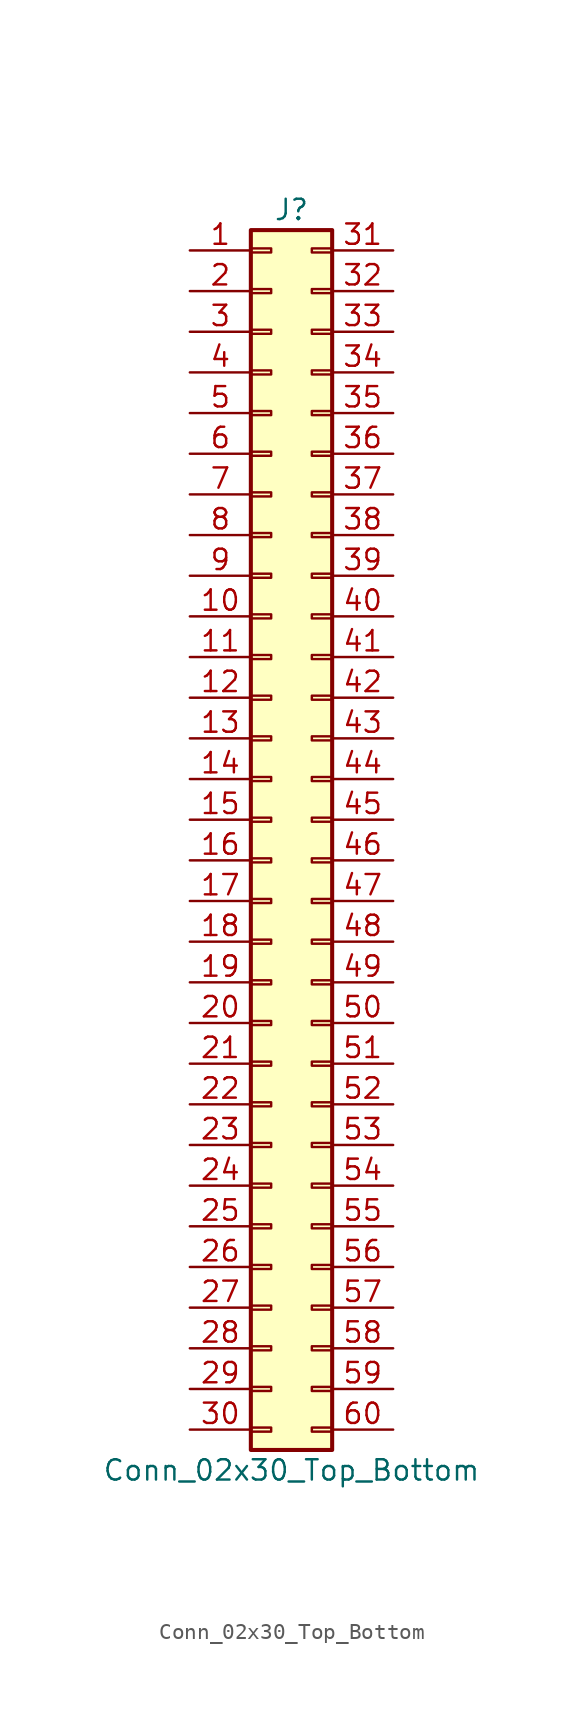
<source format=kicad_sym>
(kicad_symbol_lib
  (version 20201005)
  (generator kicad_symbol_editor)
  (symbol "Conn_02x30_Top_Bottom"
    (pin_names
      (offset 1.016) hide)
    (property "Reference" "J"
      (at 1.27 38.1 0)
      (effects (font (size 1.27 1.27))))
    (property "Value" "Conn_02x30_Top_Bottom"
      (at 1.27 -40.64 0)
      (effects (font (size 1.27 1.27))))
    (symbol "Conn_02x30_Top_Bottom_1_1"
      (rectangle (start -1.27 -37.973) (end 0 -38.227) (stroke (width 0.152)) (fill (type none)))
      (rectangle (start -1.27 -35.433) (end 0 -35.687) (stroke (width 0.152)) (fill (type none)))
      (rectangle (start -1.27 -32.893) (end 0 -33.147) (stroke (width 0.152)) (fill (type none)))
      (rectangle (start -1.27 -30.353) (end 0 -30.607) (stroke (width 0.152)) (fill (type none)))
      (rectangle (start -1.27 -27.813) (end 0 -28.067) (stroke (width 0.152)) (fill (type none)))
      (rectangle (start -1.27 -25.273) (end 0 -25.527) (stroke (width 0.152)) (fill (type none)))
      (rectangle (start -1.27 -22.733) (end 0 -22.987) (stroke (width 0.152)) (fill (type none)))
      (rectangle (start -1.27 -20.193) (end 0 -20.447) (stroke (width 0.152)) (fill (type none)))
      (rectangle (start -1.27 -17.653) (end 0 -17.907) (stroke (width 0.152)) (fill (type none)))
      (rectangle (start -1.27 -15.113) (end 0 -15.367) (stroke (width 0.152)) (fill (type none)))
      (rectangle (start -1.27 -12.573) (end 0 -12.827) (stroke (width 0.152)) (fill (type none)))
      (rectangle (start -1.27 -10.033) (end 0 -10.287) (stroke (width 0.152)) (fill (type none)))
      (rectangle (start -1.27 -7.493) (end 0 -7.747) (stroke (width 0.152)) (fill (type none)))
      (rectangle (start -1.27 -4.953) (end 0 -5.207) (stroke (width 0.152)) (fill (type none)))
      (rectangle (start -1.27 -2.413) (end 0 -2.667) (stroke (width 0.152)) (fill (type none)))
      (rectangle (start -1.27 0.127) (end 0 -0.127) (stroke (width 0.152)) (fill (type none)))
      (rectangle (start -1.27 2.667) (end 0 2.413) (stroke (width 0.152)) (fill (type none)))
      (rectangle (start -1.27 5.207) (end 0 4.953) (stroke (width 0.152)) (fill (type none)))
      (rectangle (start -1.27 7.747) (end 0 7.493) (stroke (width 0.152)) (fill (type none)))
      (rectangle (start -1.27 10.287) (end 0 10.033) (stroke (width 0.152)) (fill (type none)))
      (rectangle (start -1.27 12.827) (end 0 12.573) (stroke (width 0.152)) (fill (type none)))
      (rectangle (start -1.27 15.367) (end 0 15.113) (stroke (width 0.152)) (fill (type none)))
      (rectangle (start -1.27 17.907) (end 0 17.653) (stroke (width 0.152)) (fill (type none)))
      (rectangle (start -1.27 20.447) (end 0 20.193) (stroke (width 0.152)) (fill (type none)))
      (rectangle (start -1.27 22.987) (end 0 22.733) (stroke (width 0.152)) (fill (type none)))
      (rectangle (start -1.27 25.527) (end 0 25.273) (stroke (width 0.152)) (fill (type none)))
      (rectangle (start -1.27 28.067) (end 0 27.813) (stroke (width 0.152)) (fill (type none)))
      (rectangle (start -1.27 30.607) (end 0 30.353) (stroke (width 0.152)) (fill (type none)))
      (rectangle (start -1.27 33.147) (end 0 32.893) (stroke (width 0.152)) (fill (type none)))
      (rectangle (start -1.27 35.687) (end 0 35.433) (stroke (width 0.152)) (fill (type none)))
      (rectangle (start 3.81 -37.973) (end 2.54 -38.227) (stroke (width 0.152)) (fill (type none)))
      (rectangle (start 3.81 -35.433) (end 2.54 -35.687) (stroke (width 0.152)) (fill (type none)))
      (rectangle (start 3.81 -32.893) (end 2.54 -33.147) (stroke (width 0.152)) (fill (type none)))
      (rectangle (start 3.81 -30.353) (end 2.54 -30.607) (stroke (width 0.152)) (fill (type none)))
      (rectangle (start 3.81 -27.813) (end 2.54 -28.067) (stroke (width 0.152)) (fill (type none)))
      (rectangle (start 3.81 -25.273) (end 2.54 -25.527) (stroke (width 0.152)) (fill (type none)))
      (rectangle (start 3.81 -22.733) (end 2.54 -22.987) (stroke (width 0.152)) (fill (type none)))
      (rectangle (start 3.81 -20.193) (end 2.54 -20.447) (stroke (width 0.152)) (fill (type none)))
      (rectangle (start 3.81 -17.653) (end 2.54 -17.907) (stroke (width 0.152)) (fill (type none)))
      (rectangle (start 3.81 -15.113) (end 2.54 -15.367) (stroke (width 0.152)) (fill (type none)))
      (rectangle (start 3.81 -12.573) (end 2.54 -12.827) (stroke (width 0.152)) (fill (type none)))
      (rectangle (start 3.81 -10.033) (end 2.54 -10.287) (stroke (width 0.152)) (fill (type none)))
      (rectangle (start 3.81 -7.493) (end 2.54 -7.747) (stroke (width 0.152)) (fill (type none)))
      (rectangle (start 3.81 -4.953) (end 2.54 -5.207) (stroke (width 0.152)) (fill (type none)))
      (rectangle (start 3.81 -2.413) (end 2.54 -2.667) (stroke (width 0.152)) (fill (type none)))
      (rectangle (start 3.81 0.127) (end 2.54 -0.127) (stroke (width 0.152)) (fill (type none)))
      (rectangle (start 3.81 2.667) (end 2.54 2.413) (stroke (width 0.152)) (fill (type none)))
      (rectangle (start 3.81 5.207) (end 2.54 4.953) (stroke (width 0.152)) (fill (type none)))
      (rectangle (start 3.81 7.747) (end 2.54 7.493) (stroke (width 0.152)) (fill (type none)))
      (rectangle (start 3.81 10.287) (end 2.54 10.033) (stroke (width 0.152)) (fill (type none)))
      (rectangle (start 3.81 12.827) (end 2.54 12.573) (stroke (width 0.152)) (fill (type none)))
      (rectangle (start 3.81 15.367) (end 2.54 15.113) (stroke (width 0.152)) (fill (type none)))
      (rectangle (start 3.81 17.907) (end 2.54 17.653) (stroke (width 0.152)) (fill (type none)))
      (rectangle (start 3.81 20.447) (end 2.54 20.193) (stroke (width 0.152)) (fill (type none)))
      (rectangle (start 3.81 22.987) (end 2.54 22.733) (stroke (width 0.152)) (fill (type none)))
      (rectangle (start 3.81 25.527) (end 2.54 25.273) (stroke (width 0.152)) (fill (type none)))
      (rectangle (start 3.81 28.067) (end 2.54 27.813) (stroke (width 0.152)) (fill (type none)))
      (rectangle (start 3.81 30.607) (end 2.54 30.353) (stroke (width 0.152)) (fill (type none)))
      (rectangle (start 3.81 33.147) (end 2.54 32.893) (stroke (width 0.152)) (fill (type none)))
      (rectangle (start 3.81 35.687) (end 2.54 35.433) (stroke (width 0.152)) (fill (type none)))
      (rectangle (start -1.27 36.83) (end 3.81 -39.37) (stroke (width 0.254)) (fill (type background)))
      (pin passive line (at -5.08 35.56 0) (length 3.81) (name "Pin_1" (effects (font (size 1.27 1.27)))) (number "1" (effects (font (size 1.27 1.27)))))
      (pin passive line (at -5.08 12.7 0) (length 3.81) (name "Pin_10" (effects (font (size 1.27 1.27)))) (number "10" (effects (font (size 1.27 1.27)))))
      (pin passive line (at -5.08 10.16 0) (length 3.81) (name "Pin_11" (effects (font (size 1.27 1.27)))) (number "11" (effects (font (size 1.27 1.27)))))
      (pin passive line (at -5.08 7.62 0) (length 3.81) (name "Pin_12" (effects (font (size 1.27 1.27)))) (number "12" (effects (font (size 1.27 1.27)))))
      (pin passive line (at -5.08 5.08 0) (length 3.81) (name "Pin_13" (effects (font (size 1.27 1.27)))) (number "13" (effects (font (size 1.27 1.27)))))
      (pin passive line (at -5.08 2.54 0) (length 3.81) (name "Pin_14" (effects (font (size 1.27 1.27)))) (number "14" (effects (font (size 1.27 1.27)))))
      (pin passive line (at -5.08 0 0) (length 3.81) (name "Pin_15" (effects (font (size 1.27 1.27)))) (number "15" (effects (font (size 1.27 1.27)))))
      (pin passive line (at -5.08 -2.54 0) (length 3.81) (name "Pin_16" (effects (font (size 1.27 1.27)))) (number "16" (effects (font (size 1.27 1.27)))))
      (pin passive line (at -5.08 -5.08 0) (length 3.81) (name "Pin_17" (effects (font (size 1.27 1.27)))) (number "17" (effects (font (size 1.27 1.27)))))
      (pin passive line (at -5.08 -7.62 0) (length 3.81) (name "Pin_18" (effects (font (size 1.27 1.27)))) (number "18" (effects (font (size 1.27 1.27)))))
      (pin passive line (at -5.08 -10.16 0) (length 3.81) (name "Pin_19" (effects (font (size 1.27 1.27)))) (number "19" (effects (font (size 1.27 1.27)))))
      (pin passive line (at -5.08 33.02 0) (length 3.81) (name "Pin_2" (effects (font (size 1.27 1.27)))) (number "2" (effects (font (size 1.27 1.27)))))
      (pin passive line (at -5.08 -12.7 0) (length 3.81) (name "Pin_20" (effects (font (size 1.27 1.27)))) (number "20" (effects (font (size 1.27 1.27)))))
      (pin passive line (at -5.08 -15.24 0) (length 3.81) (name "Pin_21" (effects (font (size 1.27 1.27)))) (number "21" (effects (font (size 1.27 1.27)))))
      (pin passive line (at -5.08 -17.78 0) (length 3.81) (name "Pin_22" (effects (font (size 1.27 1.27)))) (number "22" (effects (font (size 1.27 1.27)))))
      (pin passive line (at -5.08 -20.32 0) (length 3.81) (name "Pin_23" (effects (font (size 1.27 1.27)))) (number "23" (effects (font (size 1.27 1.27)))))
      (pin passive line (at -5.08 -22.86 0) (length 3.81) (name "Pin_24" (effects (font (size 1.27 1.27)))) (number "24" (effects (font (size 1.27 1.27)))))
      (pin passive line (at -5.08 -25.4 0) (length 3.81) (name "Pin_25" (effects (font (size 1.27 1.27)))) (number "25" (effects (font (size 1.27 1.27)))))
      (pin passive line (at -5.08 -27.94 0) (length 3.81) (name "Pin_26" (effects (font (size 1.27 1.27)))) (number "26" (effects (font (size 1.27 1.27)))))
      (pin passive line (at -5.08 -30.48 0) (length 3.81) (name "Pin_27" (effects (font (size 1.27 1.27)))) (number "27" (effects (font (size 1.27 1.27)))))
      (pin passive line (at -5.08 -33.02 0) (length 3.81) (name "Pin_28" (effects (font (size 1.27 1.27)))) (number "28" (effects (font (size 1.27 1.27)))))
      (pin passive line (at -5.08 -35.56 0) (length 3.81) (name "Pin_29" (effects (font (size 1.27 1.27)))) (number "29" (effects (font (size 1.27 1.27)))))
      (pin passive line (at -5.08 30.48 0) (length 3.81) (name "Pin_3" (effects (font (size 1.27 1.27)))) (number "3" (effects (font (size 1.27 1.27)))))
      (pin passive line (at -5.08 -38.1 0) (length 3.81) (name "Pin_30" (effects (font (size 1.27 1.27)))) (number "30" (effects (font (size 1.27 1.27)))))
      (pin passive line (at 7.62 35.56 180) (length 3.81) (name "Pin_31" (effects (font (size 1.27 1.27)))) (number "31" (effects (font (size 1.27 1.27)))))
      (pin passive line (at 7.62 33.02 180) (length 3.81) (name "Pin_32" (effects (font (size 1.27 1.27)))) (number "32" (effects (font (size 1.27 1.27)))))
      (pin passive line (at 7.62 30.48 180) (length 3.81) (name "Pin_33" (effects (font (size 1.27 1.27)))) (number "33" (effects (font (size 1.27 1.27)))))
      (pin passive line (at 7.62 27.94 180) (length 3.81) (name "Pin_34" (effects (font (size 1.27 1.27)))) (number "34" (effects (font (size 1.27 1.27)))))
      (pin passive line (at 7.62 25.4 180) (length 3.81) (name "Pin_35" (effects (font (size 1.27 1.27)))) (number "35" (effects (font (size 1.27 1.27)))))
      (pin passive line (at 7.62 22.86 180) (length 3.81) (name "Pin_36" (effects (font (size 1.27 1.27)))) (number "36" (effects (font (size 1.27 1.27)))))
      (pin passive line (at 7.62 20.32 180) (length 3.81) (name "Pin_37" (effects (font (size 1.27 1.27)))) (number "37" (effects (font (size 1.27 1.27)))))
      (pin passive line (at 7.62 17.78 180) (length 3.81) (name "Pin_38" (effects (font (size 1.27 1.27)))) (number "38" (effects (font (size 1.27 1.27)))))
      (pin passive line (at 7.62 15.24 180) (length 3.81) (name "Pin_39" (effects (font (size 1.27 1.27)))) (number "39" (effects (font (size 1.27 1.27)))))
      (pin passive line (at -5.08 27.94 0) (length 3.81) (name "Pin_4" (effects (font (size 1.27 1.27)))) (number "4" (effects (font (size 1.27 1.27)))))
      (pin passive line (at 7.62 12.7 180) (length 3.81) (name "Pin_40" (effects (font (size 1.27 1.27)))) (number "40" (effects (font (size 1.27 1.27)))))
      (pin passive line (at 7.62 10.16 180) (length 3.81) (name "Pin_41" (effects (font (size 1.27 1.27)))) (number "41" (effects (font (size 1.27 1.27)))))
      (pin passive line (at 7.62 7.62 180) (length 3.81) (name "Pin_42" (effects (font (size 1.27 1.27)))) (number "42" (effects (font (size 1.27 1.27)))))
      (pin passive line (at 7.62 5.08 180) (length 3.81) (name "Pin_43" (effects (font (size 1.27 1.27)))) (number "43" (effects (font (size 1.27 1.27)))))
      (pin passive line (at 7.62 2.54 180) (length 3.81) (name "Pin_44" (effects (font (size 1.27 1.27)))) (number "44" (effects (font (size 1.27 1.27)))))
      (pin passive line (at 7.62 0 180) (length 3.81) (name "Pin_45" (effects (font (size 1.27 1.27)))) (number "45" (effects (font (size 1.27 1.27)))))
      (pin passive line (at 7.62 -2.54 180) (length 3.81) (name "Pin_46" (effects (font (size 1.27 1.27)))) (number "46" (effects (font (size 1.27 1.27)))))
      (pin passive line (at 7.62 -5.08 180) (length 3.81) (name "Pin_47" (effects (font (size 1.27 1.27)))) (number "47" (effects (font (size 1.27 1.27)))))
      (pin passive line (at 7.62 -7.62 180) (length 3.81) (name "Pin_48" (effects (font (size 1.27 1.27)))) (number "48" (effects (font (size 1.27 1.27)))))
      (pin passive line (at 7.62 -10.16 180) (length 3.81) (name "Pin_49" (effects (font (size 1.27 1.27)))) (number "49" (effects (font (size 1.27 1.27)))))
      (pin passive line (at -5.08 25.4 0) (length 3.81) (name "Pin_5" (effects (font (size 1.27 1.27)))) (number "5" (effects (font (size 1.27 1.27)))))
      (pin passive line (at 7.62 -12.7 180) (length 3.81) (name "Pin_50" (effects (font (size 1.27 1.27)))) (number "50" (effects (font (size 1.27 1.27)))))
      (pin passive line (at 7.62 -15.24 180) (length 3.81) (name "Pin_51" (effects (font (size 1.27 1.27)))) (number "51" (effects (font (size 1.27 1.27)))))
      (pin passive line (at 7.62 -17.78 180) (length 3.81) (name "Pin_52" (effects (font (size 1.27 1.27)))) (number "52" (effects (font (size 1.27 1.27)))))
      (pin passive line (at 7.62 -20.32 180) (length 3.81) (name "Pin_53" (effects (font (size 1.27 1.27)))) (number "53" (effects (font (size 1.27 1.27)))))
      (pin passive line (at 7.62 -22.86 180) (length 3.81) (name "Pin_54" (effects (font (size 1.27 1.27)))) (number "54" (effects (font (size 1.27 1.27)))))
      (pin passive line (at 7.62 -25.4 180) (length 3.81) (name "Pin_55" (effects (font (size 1.27 1.27)))) (number "55" (effects (font (size 1.27 1.27)))))
      (pin passive line (at 7.62 -27.94 180) (length 3.81) (name "Pin_56" (effects (font (size 1.27 1.27)))) (number "56" (effects (font (size 1.27 1.27)))))
      (pin passive line (at 7.62 -30.48 180) (length 3.81) (name "Pin_57" (effects (font (size 1.27 1.27)))) (number "57" (effects (font (size 1.27 1.27)))))
      (pin passive line (at 7.62 -33.02 180) (length 3.81) (name "Pin_58" (effects (font (size 1.27 1.27)))) (number "58" (effects (font (size 1.27 1.27)))))
      (pin passive line (at 7.62 -35.56 180) (length 3.81) (name "Pin_59" (effects (font (size 1.27 1.27)))) (number "59" (effects (font (size 1.27 1.27)))))
      (pin passive line (at -5.08 22.86 0) (length 3.81) (name "Pin_6" (effects (font (size 1.27 1.27)))) (number "6" (effects (font (size 1.27 1.27)))))
      (pin passive line (at 7.62 -38.1 180) (length 3.81) (name "Pin_60" (effects (font (size 1.27 1.27)))) (number "60" (effects (font (size 1.27 1.27)))))
      (pin passive line (at -5.08 20.32 0) (length 3.81) (name "Pin_7" (effects (font (size 1.27 1.27)))) (number "7" (effects (font (size 1.27 1.27)))))
      (pin passive line (at -5.08 17.78 0) (length 3.81) (name "Pin_8" (effects (font (size 1.27 1.27)))) (number "8" (effects (font (size 1.27 1.27)))))
      (pin passive line (at -5.08 15.24 0) (length 3.81) (name "Pin_9" (effects (font (size 1.27 1.27)))) (number "9" (effects (font (size 1.27 1.27))))))))
</source>
